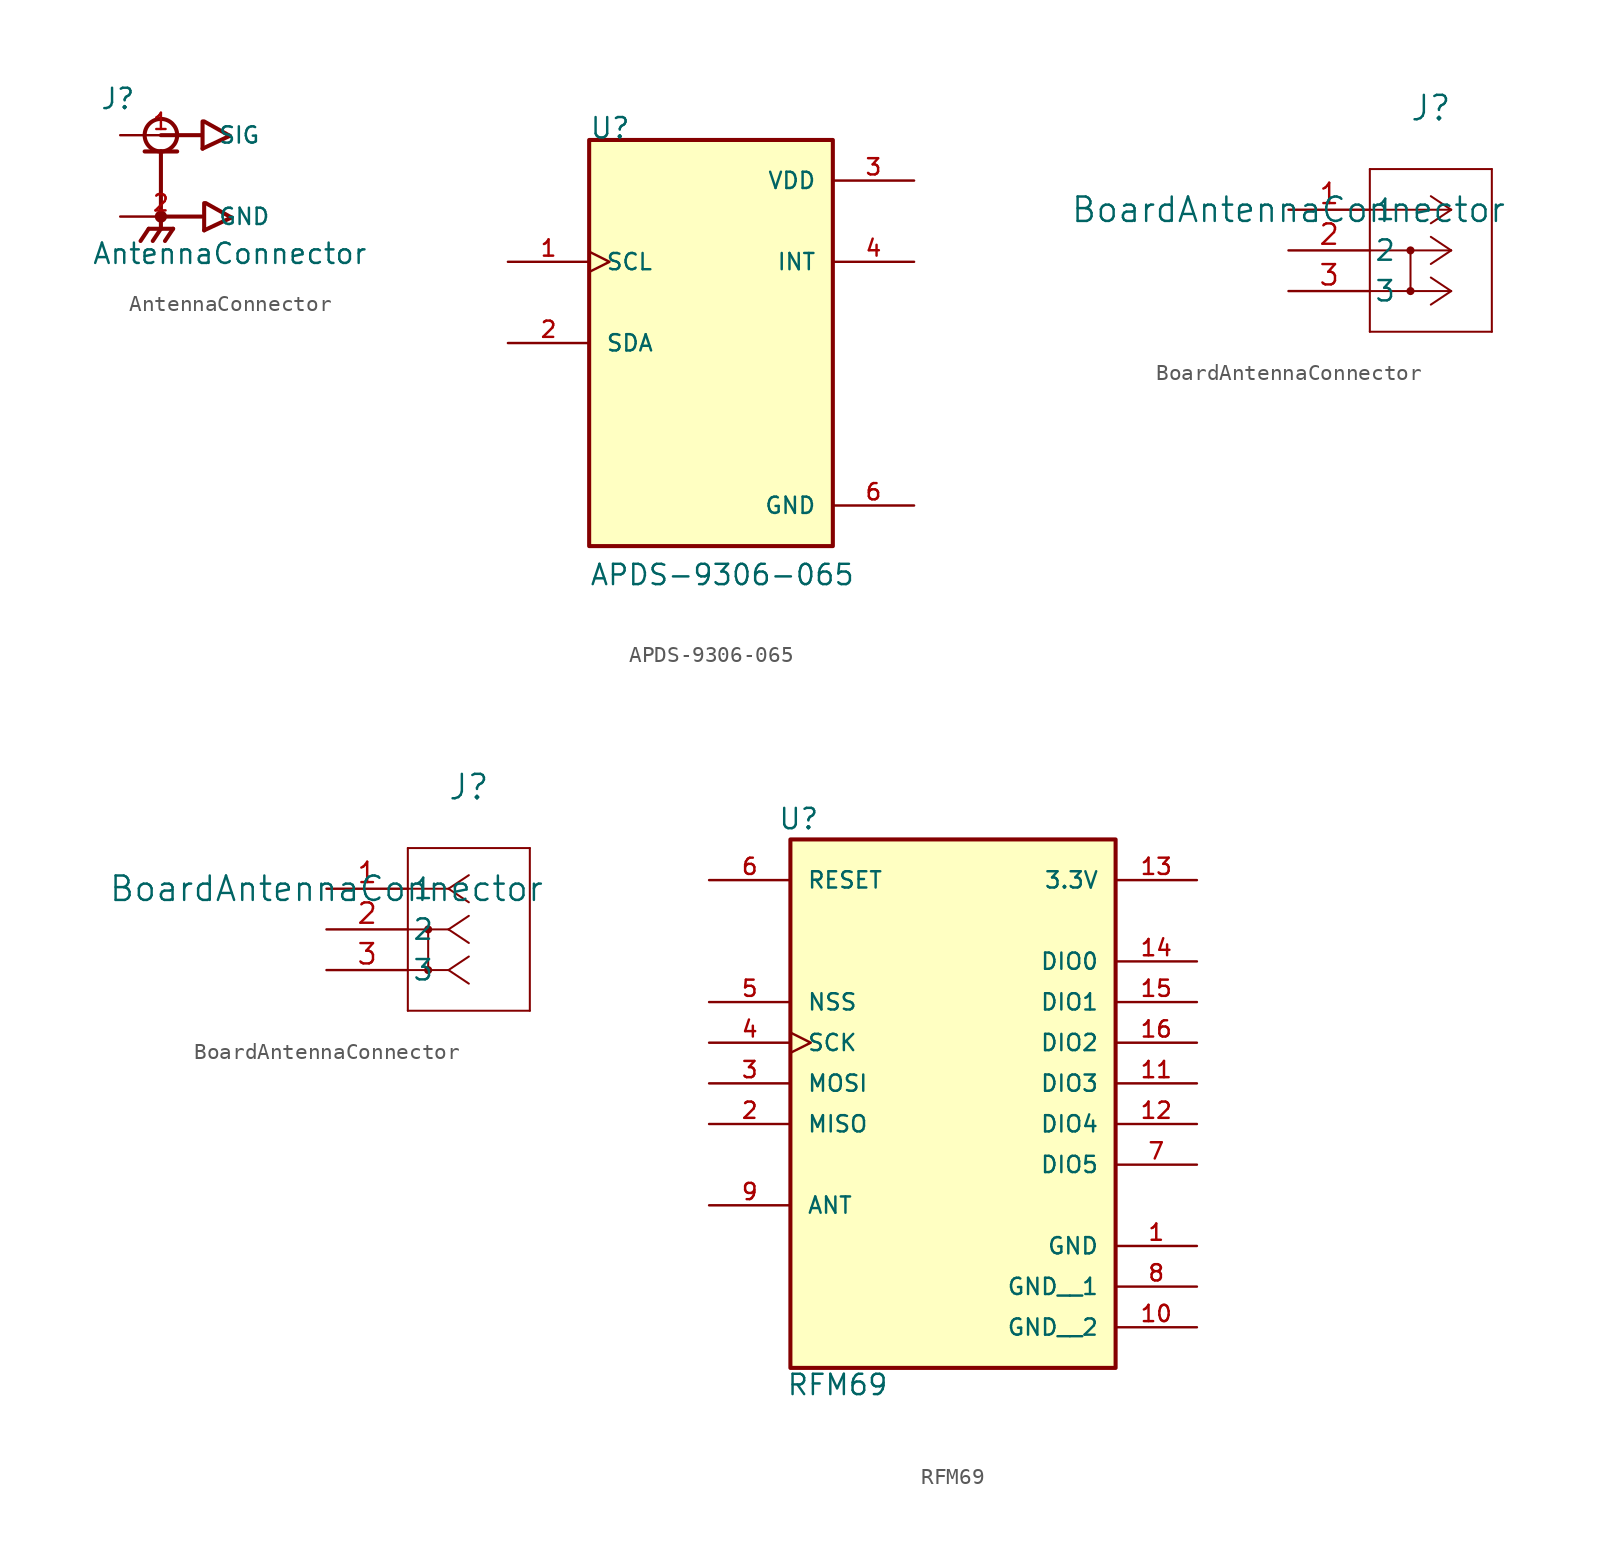
<source format=kicad_sym>
(kicad_symbol_lib
  (version 20231120)
  (generator "kicad_symbol_editor")
  (generator_version "8.0")
  (symbol "AntennaConnector"
    (pin_names
      (offset 1.016))
    (property "Reference" "J"
      (at -3.816 4.07 0)
      (effects (font (size 1.27 1.27)) (justify left bottom)))
    (property "Value" "AntennaConnector"
      (at -4.325 -5.597 0)
      (effects (font (size 1.27 1.27)) (justify left bottom)))
    (symbol "AntennaConnector_0_0"
      (circle (center 0 -2.54) (radius 0.254) (stroke (width 0.254) (type default)) (fill (type none)))
      (polyline (pts (xy -1.016 1.524) (xy 0 1.524)) (stroke (width 0.254) (type default)) (fill (type none)))
      (polyline (pts (xy -0.762 -3.302) (xy -1.27 -4.064)) (stroke (width 0.254) (type default)) (fill (type none)))
      (polyline (pts (xy 0 -3.302) (xy -0.762 -3.302)) (stroke (width 0.254) (type default)) (fill (type none)))
      (polyline (pts (xy 0 -3.302) (xy -0.508 -4.064)) (stroke (width 0.254) (type default)) (fill (type none)))
      (polyline (pts (xy 0 -3.302) (xy 0.762 -3.302)) (stroke (width 0.254) (type default)) (fill (type none)))
      (polyline (pts (xy 0 -2.54) (xy 0 -3.302)) (stroke (width 0.254) (type default)) (fill (type none)))
      (polyline (pts (xy 0 1.524) (xy 0 -2.54)) (stroke (width 0.254) (type default)) (fill (type none)))
      (polyline (pts (xy 0 1.524) (xy 1.016 1.524)) (stroke (width 0.254) (type default)) (fill (type none)))
      (polyline (pts (xy 0.762 -3.302) (xy 0.254 -4.064)) (stroke (width 0.254) (type default)) (fill (type none)))
      (polyline (pts (xy 2.54 -2.54) (xy 0 -2.54)) (stroke (width 0.254) (type default)) (fill (type none)))
      (polyline (pts (xy 2.54 2.54) (xy 0 2.54)) (stroke (width 0.254) (type default)) (fill (type none)))
      (polyline (pts (xy 2.6 1.7) (xy 4.3 2.5)) (stroke (width 0.254) (type default)) (fill (type none)))
      (polyline (pts (xy 2.6 3.4) (xy 2.6 1.7)) (stroke (width 0.254) (type default)) (fill (type none)))
      (polyline (pts (xy 2.7 -3.4) (xy 4.4 -2.6)) (stroke (width 0.254) (type default)) (fill (type none)))
      (polyline (pts (xy 2.7 -1.7) (xy 2.7 -3.4)) (stroke (width 0.254) (type default)) (fill (type none)))
      (polyline (pts (xy 4.3 2.5) (xy 2.7 3.4)) (stroke (width 0.254) (type default)) (fill (type none)))
      (polyline (pts (xy 4.4 -2.6) (xy 2.8 -1.7)) (stroke (width 0.254) (type default)) (fill (type none)))
      (circle (center 0 2.54) (radius 1.016) (stroke (width 0.254) (type default)) (fill (type none)))
      (pin passive line (at -2.54 2.54 0) (length 5.08) (name "SIG" (effects (font (size 1.016 1.016)))) (number "1" (effects (font (size 1.016 1.016)))))
      (pin passive line (at -2.54 -2.54 0) (length 5.08) (name "GND" (effects (font (size 1.016 1.016)))) (number "2" (effects (font (size 1.016 1.016)))))))
  (symbol "APDS-9306-065"
    (pin_names
      (offset 1.016))
    (property "Reference" "U"
      (at -7.62 12.7 0)
      (effects (font (size 1.27 1.27)) (justify left bottom)))
    (property "Value" "APDS-9306-065"
      (at -7.62 -15.24 0)
      (effects (font (size 1.27 1.27)) (justify left bottom)))
    (symbol "APDS-9306-065_0_0"
      (rectangle (start -7.62 -12.7) (end 7.62 12.7) (stroke (width 0.254) (type default)) (fill (type background)))
      (pin input clock (at -12.7 5.08 0) (length 5.08) (name "SCL" (effects (font (size 1.016 1.016)))) (number "1" (effects (font (size 1.016 1.016)))))
      (pin bidirectional line (at -12.7 0 0) (length 5.08) (name "SDA" (effects (font (size 1.016 1.016)))) (number "2" (effects (font (size 1.016 1.016)))))
      (pin power_in line (at 12.7 10.16 180) (length 5.08) (name "VDD" (effects (font (size 1.016 1.016)))) (number "3" (effects (font (size 1.016 1.016)))))
      (pin output line (at 12.7 5.08 180) (length 5.08) (name "INT" (effects (font (size 1.016 1.016)))) (number "4" (effects (font (size 1.016 1.016)))))
      (pin power_in line (at 12.7 -10.16 180) (length 5.08) (name "GND" (effects (font (size 1.016 1.016)))) (number "6" (effects (font (size 1.016 1.016)))))))
  (symbol "BoardAntennaConnector"
    (pin_names
      (offset 0.254))
    (property "Reference" "J"
      (at 8.89 6.35 0)
      (effects (font (size 1.524 1.524))))
    (property "Value" "BoardAntennaConnector"
      (at 0 0 0)
      (effects (font (size 1.524 1.524))))
    (property "ki_locked" ""
      (at 0 0 0)
      (effects (font (size 1.27 1.27))))
    (symbol "BoardAntennaConnector_1_1"
      (polyline (pts (xy 5.08 -7.62) (xy 12.7 -7.62)) (stroke (width 0.127) (type default)) (fill (type none)))
      (polyline (pts (xy 5.08 2.54) (xy 5.08 -7.62)) (stroke (width 0.127) (type default)) (fill (type none)))
      (polyline (pts (xy 7.62 -2.54) (xy 7.62 -5.08)) (stroke (width 0.127) (type default)) (fill (type none)))
      (polyline (pts (xy 10.16 -5.08) (xy 5.08 -5.08)) (stroke (width 0.127) (type default)) (fill (type none)))
      (polyline (pts (xy 10.16 -5.08) (xy 8.89 -5.927)) (stroke (width 0.127) (type default)) (fill (type none)))
      (polyline (pts (xy 10.16 -5.08) (xy 8.89 -4.233)) (stroke (width 0.127) (type default)) (fill (type none)))
      (polyline (pts (xy 10.16 -2.54) (xy 5.08 -2.54)) (stroke (width 0.127) (type default)) (fill (type none)))
      (polyline (pts (xy 10.16 -2.54) (xy 8.89 -3.387)) (stroke (width 0.127) (type default)) (fill (type none)))
      (polyline (pts (xy 10.16 -2.54) (xy 8.89 -1.693)) (stroke (width 0.127) (type default)) (fill (type none)))
      (polyline (pts (xy 10.16 0) (xy 5.08 0)) (stroke (width 0.127) (type default)) (fill (type none)))
      (polyline (pts (xy 10.16 0) (xy 8.89 -0.847)) (stroke (width 0.127) (type default)) (fill (type none)))
      (polyline (pts (xy 10.16 0) (xy 8.89 0.847)) (stroke (width 0.127) (type default)) (fill (type none)))
      (polyline (pts (xy 12.7 -7.62) (xy 12.7 2.54)) (stroke (width 0.127) (type default)) (fill (type none)))
      (polyline (pts (xy 12.7 2.54) (xy 5.08 2.54)) (stroke (width 0.127) (type default)) (fill (type none)))
      (circle (center 7.62 -5.08) (radius 0.127) (stroke (width 0.254) (type default)) (fill (type none)))
      (circle (center 7.62 -2.54) (radius 0.127) (stroke (width 0.254) (type default)) (fill (type none)))
      (pin unspecified line (at 0 0 0) (length 5.08) (name "1" (effects (font (size 1.27 1.27)))) (number "1" (effects (font (size 1.27 1.27)))))
      (pin unspecified line (at 0 -2.54 0) (length 5.08) (name "2" (effects (font (size 1.27 1.27)))) (number "2" (effects (font (size 1.27 1.27)))))
      (pin unspecified line (at 0 -5.08 0) (length 5.08) (name "3" (effects (font (size 1.27 1.27)))) (number "3" (effects (font (size 1.27 1.27))))))
    (symbol "BoardAntennaConnector_1_2"
      (polyline (pts (xy 5.08 -7.62) (xy 12.7 -7.62)) (stroke (width 0.127) (type default)) (fill (type none)))
      (polyline (pts (xy 5.08 2.54) (xy 5.08 -7.62)) (stroke (width 0.127) (type default)) (fill (type none)))
      (polyline (pts (xy 6.35 -2.54) (xy 6.35 -5.08)) (stroke (width 0.127) (type default)) (fill (type none)))
      (polyline (pts (xy 7.62 -5.08) (xy 5.08 -5.08)) (stroke (width 0.127) (type default)) (fill (type none)))
      (polyline (pts (xy 7.62 -5.08) (xy 8.89 -5.927)) (stroke (width 0.127) (type default)) (fill (type none)))
      (polyline (pts (xy 7.62 -5.08) (xy 8.89 -4.233)) (stroke (width 0.127) (type default)) (fill (type none)))
      (polyline (pts (xy 7.62 -2.54) (xy 5.08 -2.54)) (stroke (width 0.127) (type default)) (fill (type none)))
      (polyline (pts (xy 7.62 -2.54) (xy 8.89 -3.387)) (stroke (width 0.127) (type default)) (fill (type none)))
      (polyline (pts (xy 7.62 -2.54) (xy 8.89 -1.693)) (stroke (width 0.127) (type default)) (fill (type none)))
      (polyline (pts (xy 7.62 0) (xy 5.08 0)) (stroke (width 0.127) (type default)) (fill (type none)))
      (polyline (pts (xy 7.62 0) (xy 8.89 -0.847)) (stroke (width 0.127) (type default)) (fill (type none)))
      (polyline (pts (xy 7.62 0) (xy 8.89 0.847)) (stroke (width 0.127) (type default)) (fill (type none)))
      (polyline (pts (xy 12.7 -7.62) (xy 12.7 2.54)) (stroke (width 0.127) (type default)) (fill (type none)))
      (polyline (pts (xy 12.7 2.54) (xy 5.08 2.54)) (stroke (width 0.127) (type default)) (fill (type none)))
      (circle (center 6.35 -5.08) (radius 0.127) (stroke (width 0.254) (type default)) (fill (type none)))
      (circle (center 6.35 -2.54) (radius 0.127) (stroke (width 0.254) (type default)) (fill (type none)))
      (pin unspecified line (at 0 0 0) (length 5.08) (name "1" (effects (font (size 1.27 1.27)))) (number "1" (effects (font (size 1.27 1.27)))))
      (pin unspecified line (at 0 -2.54 0) (length 5.08) (name "2" (effects (font (size 1.27 1.27)))) (number "2" (effects (font (size 1.27 1.27)))))
      (pin unspecified line (at 0 -5.08 0) (length 5.08) (name "3" (effects (font (size 1.27 1.27)))) (number "3" (effects (font (size 1.27 1.27)))))))
  (symbol "RFM69"
    (pin_names
      (offset 1.016))
    (property "Reference" "U"
      (at -10.95 13.242 0)
      (effects (font (size 1.27 1.27)) (justify left bottom)))
    (property "Value" "RFM69"
      (at -10.427 -22.119 0)
      (effects (font (size 1.27 1.27)) (justify left bottom)))
    (symbol "RFM69_0_0"
      (rectangle (start -10.16 -20.32) (end 10.16 12.7) (stroke (width 0.254) (type default)) (fill (type background)))
      (pin power_in line (at 15.24 -12.7 180) (length 5.08) (name "GND" (effects (font (size 1.016 1.016)))) (number "1" (effects (font (size 1.016 1.016)))))
      (pin power_in line (at 15.24 -17.78 180) (length 5.08) (name "GND__2" (effects (font (size 1.016 1.016)))) (number "10" (effects (font (size 1.016 1.016)))))
      (pin bidirectional line (at 15.24 -2.54 180) (length 5.08) (name "DIO3" (effects (font (size 1.016 1.016)))) (number "11" (effects (font (size 1.016 1.016)))))
      (pin bidirectional line (at 15.24 -5.08 180) (length 5.08) (name "DIO4" (effects (font (size 1.016 1.016)))) (number "12" (effects (font (size 1.016 1.016)))))
      (pin power_in line (at 15.24 10.16 180) (length 5.08) (name "3.3V" (effects (font (size 1.016 1.016)))) (number "13" (effects (font (size 1.016 1.016)))))
      (pin bidirectional line (at 15.24 5.08 180) (length 5.08) (name "DIO0" (effects (font (size 1.016 1.016)))) (number "14" (effects (font (size 1.016 1.016)))))
      (pin bidirectional line (at 15.24 2.54 180) (length 5.08) (name "DIO1" (effects (font (size 1.016 1.016)))) (number "15" (effects (font (size 1.016 1.016)))))
      (pin bidirectional line (at 15.24 0 180) (length 5.08) (name "DIO2" (effects (font (size 1.016 1.016)))) (number "16" (effects (font (size 1.016 1.016)))))
      (pin input line (at -15.24 -5.08 0) (length 5.08) (name "MISO" (effects (font (size 1.016 1.016)))) (number "2" (effects (font (size 1.016 1.016)))))
      (pin output line (at -15.24 -2.54 0) (length 5.08) (name "MOSI" (effects (font (size 1.016 1.016)))) (number "3" (effects (font (size 1.016 1.016)))))
      (pin input clock (at -15.24 0 0) (length 5.08) (name "SCK" (effects (font (size 1.016 1.016)))) (number "4" (effects (font (size 1.016 1.016)))))
      (pin input line (at -15.24 2.54 0) (length 5.08) (name "NSS" (effects (font (size 1.016 1.016)))) (number "5" (effects (font (size 1.016 1.016)))))
      (pin bidirectional line (at -15.24 10.16 0) (length 5.08) (name "RESET" (effects (font (size 1.016 1.016)))) (number "6" (effects (font (size 1.016 1.016)))))
      (pin bidirectional line (at 15.24 -7.62 180) (length 5.08) (name "DIO5" (effects (font (size 1.016 1.016)))) (number "7" (effects (font (size 1.016 1.016)))))
      (pin power_in line (at 15.24 -15.24 180) (length 5.08) (name "GND__1" (effects (font (size 1.016 1.016)))) (number "8" (effects (font (size 1.016 1.016)))))
      (pin bidirectional line (at -15.24 -10.16 0) (length 5.08) (name "ANT" (effects (font (size 1.016 1.016)))) (number "9" (effects (font (size 1.016 1.016))))))))
</source>
